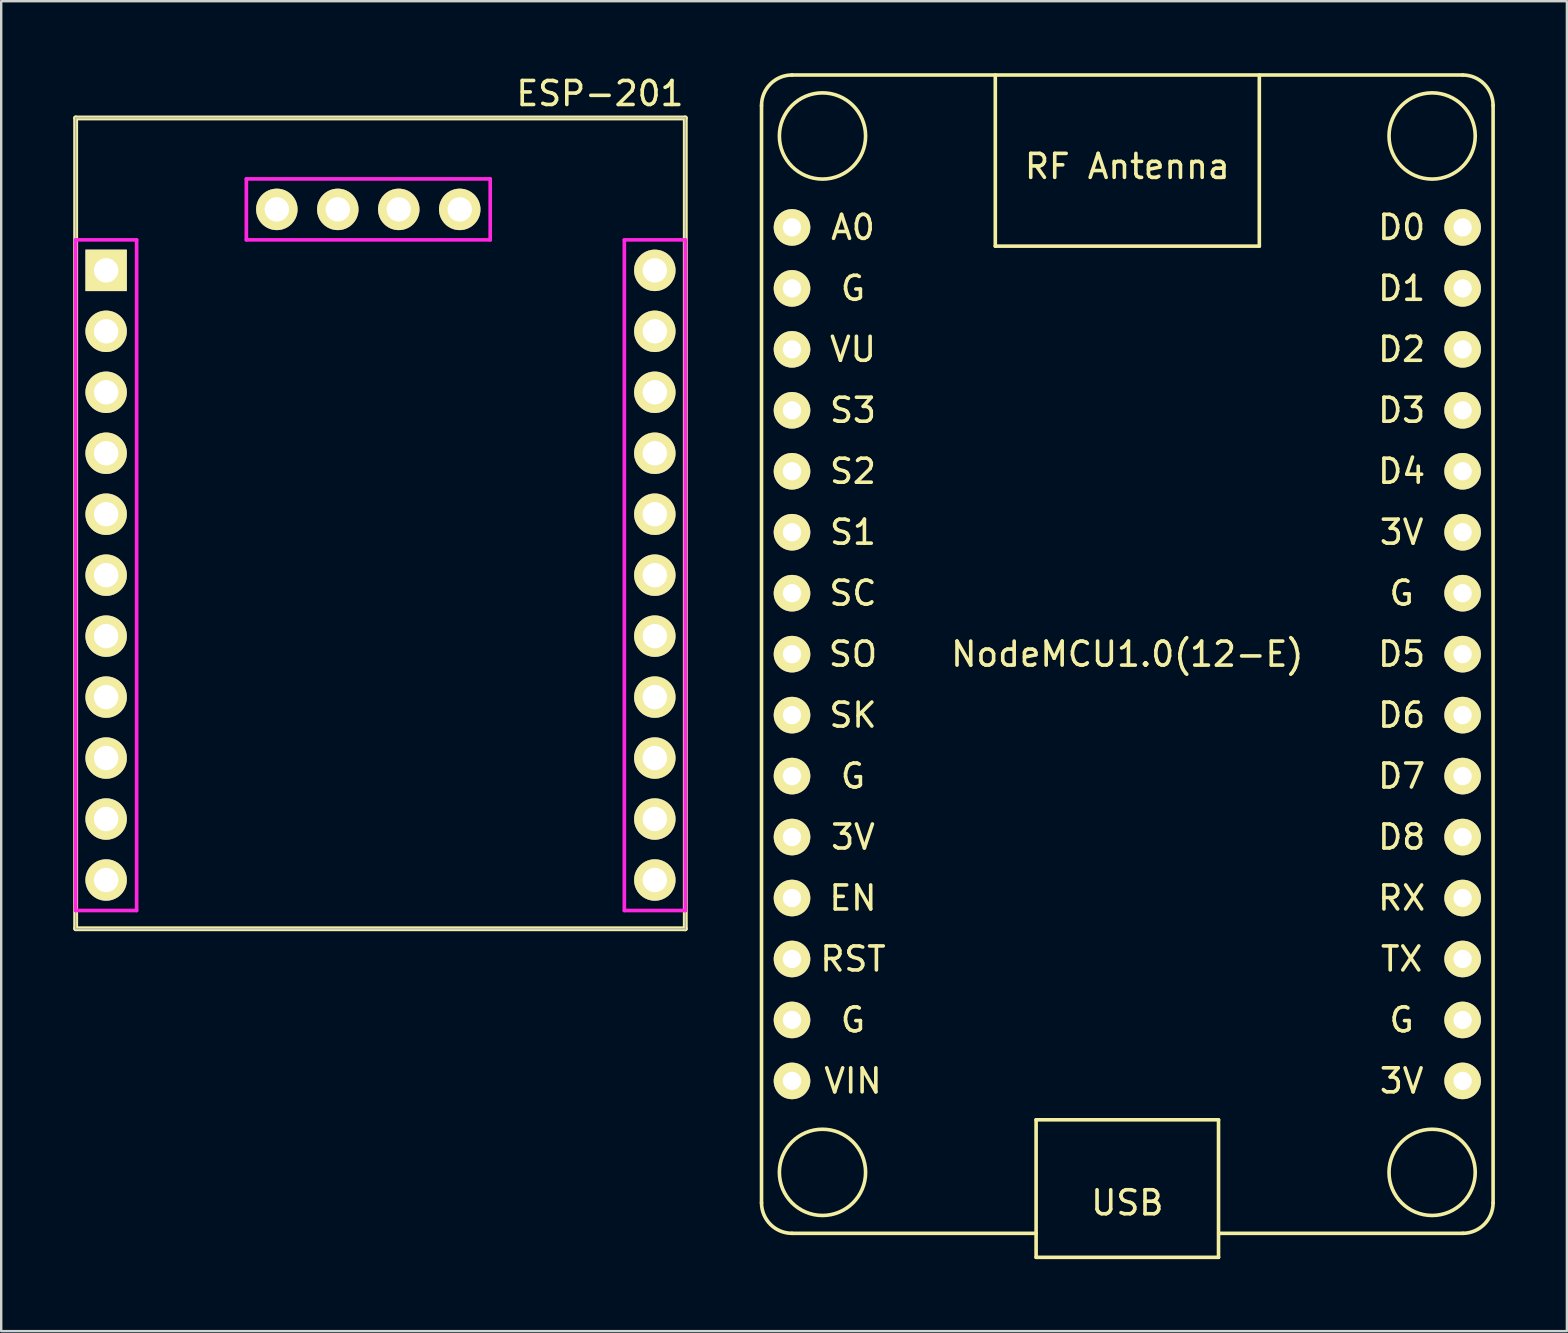
<source format=kicad_pcb>
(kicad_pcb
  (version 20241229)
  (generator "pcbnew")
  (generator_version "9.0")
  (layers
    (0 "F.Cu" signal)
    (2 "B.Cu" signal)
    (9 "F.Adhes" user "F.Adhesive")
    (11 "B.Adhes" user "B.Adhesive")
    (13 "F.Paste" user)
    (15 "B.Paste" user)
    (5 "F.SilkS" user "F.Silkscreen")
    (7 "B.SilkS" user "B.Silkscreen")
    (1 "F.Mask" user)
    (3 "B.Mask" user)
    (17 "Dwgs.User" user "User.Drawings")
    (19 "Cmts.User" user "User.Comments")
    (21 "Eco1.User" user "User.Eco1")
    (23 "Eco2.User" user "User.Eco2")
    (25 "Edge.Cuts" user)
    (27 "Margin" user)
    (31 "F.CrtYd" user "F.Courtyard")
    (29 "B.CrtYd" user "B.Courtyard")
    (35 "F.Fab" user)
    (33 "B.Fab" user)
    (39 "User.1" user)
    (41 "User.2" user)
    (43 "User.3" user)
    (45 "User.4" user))
  (footprint "NodeMCU1.0(12-E)"
    (layer "F.Cu")
    (at 43.918 24.205)
    (property "Reference" "NodeMCU1.0(12-E)" (at 0 0 0) (layer "F.SilkS") (effects (font (size 1 1) (thickness 0.15))))
    (attr through_hole)
    (fp_line (start -15.24 -22.86) (end -15.24 22.86) (stroke (width 0.15) (type solid)) (layer "F.SilkS"))
    (fp_line (start -5.5 -17) (end -5.5 -24.13) (stroke (width 0.15) (type solid)) (layer "F.SilkS"))
    (fp_line (start -3.8 19.4) (end 3.8 19.4) (stroke (width 0.15) (type solid)) (layer "F.SilkS"))
    (fp_line (start -3.8 24.13) (end -13.97 24.13) (stroke (width 0.15) (type solid)) (layer "F.SilkS"))
    (fp_line (start -3.8 25.13) (end -3.8 19.4) (stroke (width 0.15) (type solid)) (layer "F.SilkS"))
    (fp_line (start 3.8 19.4) (end 3.8 25.13) (stroke (width 0.15) (type solid)) (layer "F.SilkS"))
    (fp_line (start 3.8 25.13) (end -3.8 25.13) (stroke (width 0.15) (type solid)) (layer "F.SilkS"))
    (fp_line (start 5.5 -24.13) (end 5.5 -17) (stroke (width 0.15) (type solid)) (layer "F.SilkS"))
    (fp_line (start 5.5 -17) (end -5.5 -17) (stroke (width 0.15) (type solid)) (layer "F.SilkS"))
    (fp_line (start 13.97 -24.13) (end -13.97 -24.13) (stroke (width 0.15) (type solid)) (layer "F.SilkS"))
    (fp_line (start 13.98 24.13) (end 3.81 24.13) (stroke (width 0.15) (type solid)) (layer "F.SilkS"))
    (fp_line (start 15.24 -22.86) (end 15.24 22.86) (stroke (width 0.15) (type solid)) (layer "F.SilkS"))
    (fp_arc (start -15.24 -22.86) (mid -14.868026 -23.758026) (end -13.97 -24.13) (stroke (width 0.15) (type solid)) (layer "F.SilkS"))
    (fp_arc (start -13.97 24.13) (mid -14.868026 23.758026) (end -15.24 22.86) (stroke (width 0.15) (type solid)) (layer "F.SilkS"))
    (fp_arc (start 13.97 -24.13) (mid 14.868026 -23.758026) (end 15.24 -22.86) (stroke (width 0.15) (type solid)) (layer "F.SilkS"))
    (fp_arc (start 15.24 22.86) (mid 14.868026 23.758026) (end 13.97 24.13) (stroke (width 0.15) (type solid)) (layer "F.SilkS"))
    (fp_circle (center -12.7 -21.59) (end -11.43 -22.86) (stroke (width 0.15) (type solid)) (fill no) (layer "F.SilkS"))
    (fp_circle (center -12.7 21.59) (end -11.43 20.32) (stroke (width 0.15) (type solid)) (fill no) (layer "F.SilkS"))
    (fp_circle (center 12.7 -21.59) (end 13.97 -22.86) (stroke (width 0.15) (type solid)) (fill no) (layer "F.SilkS"))
    (fp_circle (center 12.7 21.59) (end 13.97 20.32) (stroke (width 0.15) (type solid)) (fill no) (layer "F.SilkS"))
    (fp_text user "S3" (at -11.43 -10.16 0) (layer "F.SilkS") (effects (font (size 1 1) (thickness 0.15))))
    (fp_text user "3V" (at 11.43 17.78 0) (layer "F.SilkS") (effects (font (size 1 1) (thickness 0.15))))
    (fp_text user "D8" (at 11.43 7.62 0) (layer "F.SilkS") (effects (font (size 1 1) (thickness 0.15))))
    (fp_text user "D4" (at 11.43 -7.62 0) (layer "F.SilkS") (effects (font (size 1 1) (thickness 0.15))))
    (fp_text user "S1" (at -11.43 -5.08 0) (layer "F.SilkS") (effects (font (size 1 1) (thickness 0.15))))
    (fp_text user "D5" (at 11.43 0 0) (layer "F.SilkS") (effects (font (size 1 1) (thickness 0.15))))
    (fp_text user "SC" (at -11.43 -2.54 0) (layer "F.SilkS") (effects (font (size 1 1) (thickness 0.15))))
    (fp_text user "TX" (at 11.43 12.7 0) (layer "F.SilkS") (effects (font (size 1 1) (thickness 0.15))))
    (fp_text user "3V" (at -11.43 7.62 0) (layer "F.SilkS") (effects (font (size 1 1) (thickness 0.15))))
    (fp_text user "SO" (at -11.43 0 0) (layer "F.SilkS") (effects (font (size 1 1) (thickness 0.15))))
    (fp_text user "RX" (at 11.43 10.16 0) (layer "F.SilkS") (effects (font (size 1 1) (thickness 0.15))))
    (fp_text user "G" (at -11.43 -15.24 0) (layer "F.SilkS") (effects (font (size 1 1) (thickness 0.15))))
    (fp_text user "RST" (at -11.43 12.7 0) (layer "F.SilkS") (effects (font (size 1 1) (thickness 0.15))))
    (fp_text user "SK" (at -11.43 2.54 0) (layer "F.SilkS") (effects (font (size 1 1) (thickness 0.15))))
    (fp_text user "3V" (at 11.43 -5.08 0) (layer "F.SilkS") (effects (font (size 1 1) (thickness 0.15))))
    (fp_text user "RF Antenna" (at 0 -20.32 0) (layer "F.SilkS") (effects (font (size 1 1) (thickness 0.15))))
    (fp_text user "D6" (at 11.43 2.54 0) (layer "F.SilkS") (effects (font (size 1 1) (thickness 0.15))))
    (fp_text user "G" (at -11.43 5.08 0) (layer "F.SilkS") (effects (font (size 1 1) (thickness 0.15))))
    (fp_text user "VU" (at -11.43 -12.7 0) (layer "F.SilkS") (effects (font (size 1 1) (thickness 0.15))))
    (fp_text user "G" (at 11.43 15.24 0) (layer "F.SilkS") (effects (font (size 1 1) (thickness 0.15))))
    (fp_text user "S2" (at -11.43 -7.62 0) (layer "F.SilkS") (effects (font (size 1 1) (thickness 0.15))))
    (fp_text user "G" (at 11.43 -2.54 0) (layer "F.SilkS") (effects (font (size 1 1) (thickness 0.15))))
    (fp_text user "USB" (at 0 22.86 0) (layer "F.SilkS") (effects (font (size 1 1) (thickness 0.15))))
    (fp_text user "D7" (at 11.43 5.08 0) (layer "F.SilkS") (effects (font (size 1 1) (thickness 0.15))))
    (fp_text user "D2" (at 11.43 -12.7 0) (layer "F.SilkS") (effects (font (size 1 1) (thickness 0.15))))
    (fp_text user "EN" (at -11.43 10.16 0) (layer "F.SilkS") (effects (font (size 1 1) (thickness 0.15))))
    (fp_text user "VIN" (at -11.43 17.78 0) (layer "F.SilkS") (effects (font (size 1 1) (thickness 0.15))))
    (fp_text user "D0" (at 11.43 -17.78 0) (layer "F.SilkS") (effects (font (size 1 1) (thickness 0.15))))
    (fp_text user "D3" (at 11.43 -10.16 0) (layer "F.SilkS") (effects (font (size 1 1) (thickness 0.15))))
    (fp_text user "G" (at -11.43 15.24 0) (layer "F.SilkS") (effects (font (size 1 1) (thickness 0.15))))
    (fp_text user "D1" (at 11.43 -15.24 0) (layer "F.SilkS") (effects (font (size 1 1) (thickness 0.15))))
    (fp_text user "A0" (at -11.43 -17.78 0) (layer "F.SilkS") (effects (font (size 1 1) (thickness 0.15))))
    (pad "1" thru_hole circle (at -13.97 -17.78) (size 1.524 1.524) (drill 0.762) (layers "*.Cu" "*.Mask" "F.SilkS"))
    (pad "2" thru_hole circle (at -13.97 -15.24) (size 1.524 1.524) (drill 0.762) (layers "*.Cu" "*.Mask" "F.SilkS"))
    (pad "3" thru_hole circle (at -13.97 -12.7) (size 1.524 1.524) (drill 0.762) (layers "*.Cu" "*.Mask" "F.SilkS"))
    (pad "4" thru_hole circle (at -13.97 -10.16) (size 1.524 1.524) (drill 0.762) (layers "*.Cu" "*.Mask" "F.SilkS"))
    (pad "5" thru_hole circle (at -13.97 -7.62) (size 1.524 1.524) (drill 0.762) (layers "*.Cu" "*.Mask" "F.SilkS"))
    (pad "6" thru_hole circle (at -13.97 -5.08) (size 1.524 1.524) (drill 0.762) (layers "*.Cu" "*.Mask" "F.SilkS"))
    (pad "7" thru_hole circle (at -13.97 -2.54) (size 1.524 1.524) (drill 0.762) (layers "*.Cu" "*.Mask" "F.SilkS"))
    (pad "8" thru_hole circle (at -13.97 0) (size 1.524 1.524) (drill 0.762) (layers "*.Cu" "*.Mask" "F.SilkS"))
    (pad "9" thru_hole circle (at -13.97 2.54) (size 1.524 1.524) (drill 0.762) (layers "*.Cu" "*.Mask" "F.SilkS"))
    (pad "10" thru_hole circle (at -13.97 5.08) (size 1.524 1.524) (drill 0.762) (layers "*.Cu" "*.Mask" "F.SilkS"))
    (pad "11" thru_hole circle (at -13.97 7.62) (size 1.524 1.524) (drill 0.762) (layers "*.Cu" "*.Mask" "F.SilkS"))
    (pad "12" thru_hole circle (at -13.97 10.16) (size 1.524 1.524) (drill 0.762) (layers "*.Cu" "*.Mask" "F.SilkS"))
    (pad "13" thru_hole circle (at -13.97 12.7) (size 1.524 1.524) (drill 0.762) (layers "*.Cu" "*.Mask" "F.SilkS"))
    (pad "14" thru_hole circle (at -13.97 15.24) (size 1.524 1.524) (drill 0.762) (layers "*.Cu" "*.Mask" "F.SilkS"))
    (pad "15" thru_hole circle (at -13.97 17.78) (size 1.524 1.524) (drill 0.762) (layers "*.Cu" "*.Mask" "F.SilkS"))
    (pad "16" thru_hole circle (at 13.97 17.78) (size 1.524 1.524) (drill 0.762) (layers "*.Cu" "*.Mask" "F.SilkS"))
    (pad "17" thru_hole circle (at 13.97 15.24) (size 1.524 1.524) (drill 0.762) (layers "*.Cu" "*.Mask" "F.SilkS"))
    (pad "18" thru_hole circle (at 13.97 12.7) (size 1.524 1.524) (drill 0.762) (layers "*.Cu" "*.Mask" "F.SilkS"))
    (pad "19" thru_hole circle (at 13.97 10.16) (size 1.524 1.524) (drill 0.762) (layers "*.Cu" "*.Mask" "F.SilkS"))
    (pad "20" thru_hole circle (at 13.97 7.62) (size 1.524 1.524) (drill 0.762) (layers "*.Cu" "*.Mask" "F.SilkS"))
    (pad "21" thru_hole circle (at 13.97 5.08) (size 1.524 1.524) (drill 0.762) (layers "*.Cu" "*.Mask" "F.SilkS"))
    (pad "22" thru_hole circle (at 13.97 2.54) (size 1.524 1.524) (drill 0.762) (layers "*.Cu" "*.Mask" "F.SilkS"))
    (pad "23" thru_hole circle (at 13.97 0) (size 1.524 1.524) (drill 0.762) (layers "*.Cu" "*.Mask" "F.SilkS"))
    (pad "24" thru_hole circle (at 13.97 -2.54) (size 1.524 1.524) (drill 0.762) (layers "*.Cu" "*.Mask" "F.SilkS"))
    (pad "25" thru_hole circle (at 13.97 -5.08) (size 1.524 1.524) (drill 0.762) (layers "*.Cu" "*.Mask" "F.SilkS"))
    (pad "26" thru_hole circle (at 13.97 -7.62) (size 1.524 1.524) (drill 0.762) (layers "*.Cu" "*.Mask" "F.SilkS"))
    (pad "27" thru_hole circle (at 13.97 -10.16) (size 1.524 1.524) (drill 0.762) (layers "*.Cu" "*.Mask" "F.SilkS"))
    (pad "28" thru_hole circle (at 13.97 -12.7) (size 1.524 1.524) (drill 0.762) (layers "*.Cu" "*.Mask" "F.SilkS"))
    (pad "29" thru_hole circle (at 13.97 -15.24) (size 1.524 1.524) (drill 0.762) (layers "*.Cu" "*.Mask" "F.SilkS"))
    (pad "30" thru_hole circle (at 13.97 -17.78) (size 1.524 1.524) (drill 0.762) (layers "*.Cu" "*.Mask" "F.SilkS")))
  (footprint "ESP-201"
    (layer "F.Cu")
    (at 1.372 8.214)
    (property "Reference" "ESP-201" (at 20.574 -7.366 0) (layer "F.SilkS") (effects (font (size 1 1) (thickness 0.15))))
    (attr through_hole)
    (fp_line (start -1.27 -6.35) (end -1.27 27.407) (stroke (width 0.203) (type solid)) (layer "F.SilkS"))
    (fp_line (start -1.27 27.432) (end 24.13 27.432) (stroke (width 0.203) (type solid)) (layer "F.SilkS"))
    (fp_line (start 24.13 -6.35) (end -1.27 -6.35) (stroke (width 0.203) (type solid)) (layer "F.SilkS"))
    (fp_line (start 24.13 27.432) (end 24.13 -6.35) (stroke (width 0.203) (type solid)) (layer "F.SilkS"))
    (fp_line (start -1.27 -1.27) (end -1.27 26.67) (stroke (width 0.152) (type solid)) (layer "F.CrtYd"))
    (fp_line (start -1.27 26.67) (end 1.27 26.67) (stroke (width 0.152) (type solid)) (layer "F.CrtYd"))
    (fp_line (start 1.27 -1.27) (end -1.27 -1.27) (stroke (width 0.152) (type solid)) (layer "F.CrtYd"))
    (fp_line (start 1.27 26.67) (end 1.27 -1.27) (stroke (width 0.152) (type solid)) (layer "F.CrtYd"))
    (fp_line (start 5.842 -3.81) (end 16.002 -3.81) (stroke (width 0.152) (type solid)) (layer "F.CrtYd"))
    (fp_line (start 5.842 -1.27) (end 5.842 -3.81) (stroke (width 0.152) (type solid)) (layer "F.CrtYd"))
    (fp_line (start 16.002 -3.81) (end 16.002 -1.27) (stroke (width 0.152) (type solid)) (layer "F.CrtYd"))
    (fp_line (start 16.002 -1.27) (end 5.842 -1.27) (stroke (width 0.152) (type solid)) (layer "F.CrtYd"))
    (fp_line (start 21.59 -1.27) (end 24.13 -1.27) (stroke (width 0.152) (type solid)) (layer "F.CrtYd"))
    (fp_line (start 21.59 26.67) (end 21.59 -1.27) (stroke (width 0.152) (type solid)) (layer "F.CrtYd"))
    (fp_line (start 24.13 -1.27) (end 24.13 26.67) (stroke (width 0.152) (type solid)) (layer "F.CrtYd"))
    (fp_line (start 24.13 26.67) (end 21.59 26.67) (stroke (width 0.152) (type solid)) (layer "F.CrtYd"))
    (fp_line (start -1.27 -6.35) (end 24.13 -6.35) (stroke (width 0.05) (type solid)) (layer "F.Fab"))
    (fp_line (start -1.27 27.432) (end -1.27 -6.35) (stroke (width 0.05) (type solid)) (layer "F.Fab"))
    (fp_line (start 24.13 -6.35) (end 24.13 27.432) (stroke (width 0.05) (type solid)) (layer "F.Fab"))
    (fp_line (start 24.13 27.432) (end -1.27 27.432) (stroke (width 0.05) (type solid)) (layer "F.Fab"))
    (pad "1" thru_hole rect (at 0 0 90) (size 1.727 1.727) (drill 1.016) (layers "*.Cu" "*.Mask" "F.SilkS"))
    (pad "2" thru_hole circle (at 0 2.54 90) (size 1.727 1.727) (drill 1.016) (layers "*.Cu" "*.Mask" "F.SilkS"))
    (pad "3" thru_hole circle (at 0 5.08 90) (size 1.727 1.727) (drill 1.016) (layers "*.Cu" "*.Mask" "F.SilkS"))
    (pad "4" thru_hole circle (at 0 7.62 90) (size 1.727 1.727) (drill 1.016) (layers "*.Cu" "*.Mask" "F.SilkS"))
    (pad "5" thru_hole circle (at 0 10.16 90) (size 1.727 1.727) (drill 1.016) (layers "*.Cu" "*.Mask" "F.SilkS"))
    (pad "6" thru_hole circle (at 0 12.7 90) (size 1.727 1.727) (drill 1.016) (layers "*.Cu" "*.Mask" "F.SilkS"))
    (pad "7" thru_hole circle (at 0 15.24 90) (size 1.727 1.727) (drill 1.016) (layers "*.Cu" "*.Mask" "F.SilkS"))
    (pad "8" thru_hole circle (at 0 17.78 90) (size 1.727 1.727) (drill 1.016) (layers "*.Cu" "*.Mask" "F.SilkS"))
    (pad "9" thru_hole circle (at 0 20.32 90) (size 1.727 1.727) (drill 1.016) (layers "*.Cu" "*.Mask" "F.SilkS"))
    (pad "10" thru_hole circle (at 0 22.86 90) (size 1.727 1.727) (drill 1.016) (layers "*.Cu" "*.Mask" "F.SilkS"))
    (pad "11" thru_hole circle (at 0 25.4 90) (size 1.727 1.727) (drill 1.016) (layers "*.Cu" "*.Mask" "F.SilkS"))
    (pad "12" thru_hole circle (at 22.86 25.4 90) (size 1.727 1.727) (drill 1.016) (layers "*.Cu" "*.Mask" "F.SilkS"))
    (pad "13" thru_hole circle (at 22.86 22.86 90) (size 1.727 1.727) (drill 1.016) (layers "*.Cu" "*.Mask" "F.SilkS"))
    (pad "14" thru_hole circle (at 22.86 20.32 90) (size 1.727 1.727) (drill 1.016) (layers "*.Cu" "*.Mask" "F.SilkS"))
    (pad "15" thru_hole circle (at 22.86 17.78 90) (size 1.727 1.727) (drill 1.016) (layers "*.Cu" "*.Mask" "F.SilkS"))
    (pad "16" thru_hole circle (at 22.86 15.24 90) (size 1.727 1.727) (drill 1.016) (layers "*.Cu" "*.Mask" "F.SilkS"))
    (pad "17" thru_hole circle (at 22.86 12.7 90) (size 1.727 1.727) (drill 1.016) (layers "*.Cu" "*.Mask" "F.SilkS"))
    (pad "18" thru_hole circle (at 22.86 10.16 90) (size 1.727 1.727) (drill 1.016) (layers "*.Cu" "*.Mask" "F.SilkS"))
    (pad "19" thru_hole circle (at 22.86 7.62 90) (size 1.727 1.727) (drill 1.016) (layers "*.Cu" "*.Mask" "F.SilkS"))
    (pad "20" thru_hole circle (at 22.86 5.08 90) (size 1.727 1.727) (drill 1.016) (layers "*.Cu" "*.Mask" "F.SilkS"))
    (pad "21" thru_hole circle (at 22.86 2.54 90) (size 1.727 1.727) (drill 1.016) (layers "*.Cu" "*.Mask" "F.SilkS"))
    (pad "22" thru_hole circle (at 22.86 0 90) (size 1.727 1.727) (drill 1.016) (layers "*.Cu" "*.Mask" "F.SilkS"))
    (pad "23" thru_hole circle (at 14.732 -2.54 90) (size 1.727 1.727) (drill 1.016) (layers "*.Cu" "*.Mask" "F.SilkS"))
    (pad "24" thru_hole circle (at 12.192 -2.54 90) (size 1.727 1.727) (drill 1.016) (layers "*.Cu" "*.Mask" "F.SilkS"))
    (pad "25" thru_hole circle (at 9.652 -2.54 90) (size 1.727 1.727) (drill 1.016) (layers "*.Cu" "*.Mask" "F.SilkS"))
    (pad "26" thru_hole circle (at 7.112 -2.54 90) (size 1.727 1.727) (drill 1.016) (layers "*.Cu" "*.Mask" "F.SilkS")))
  (gr_rect
    (start -3 -3)
    (end 62.233 52.41)
    (stroke (width 0.1) (type default))
    (fill no)
    (layer "Edge.Cuts")))
</source>
